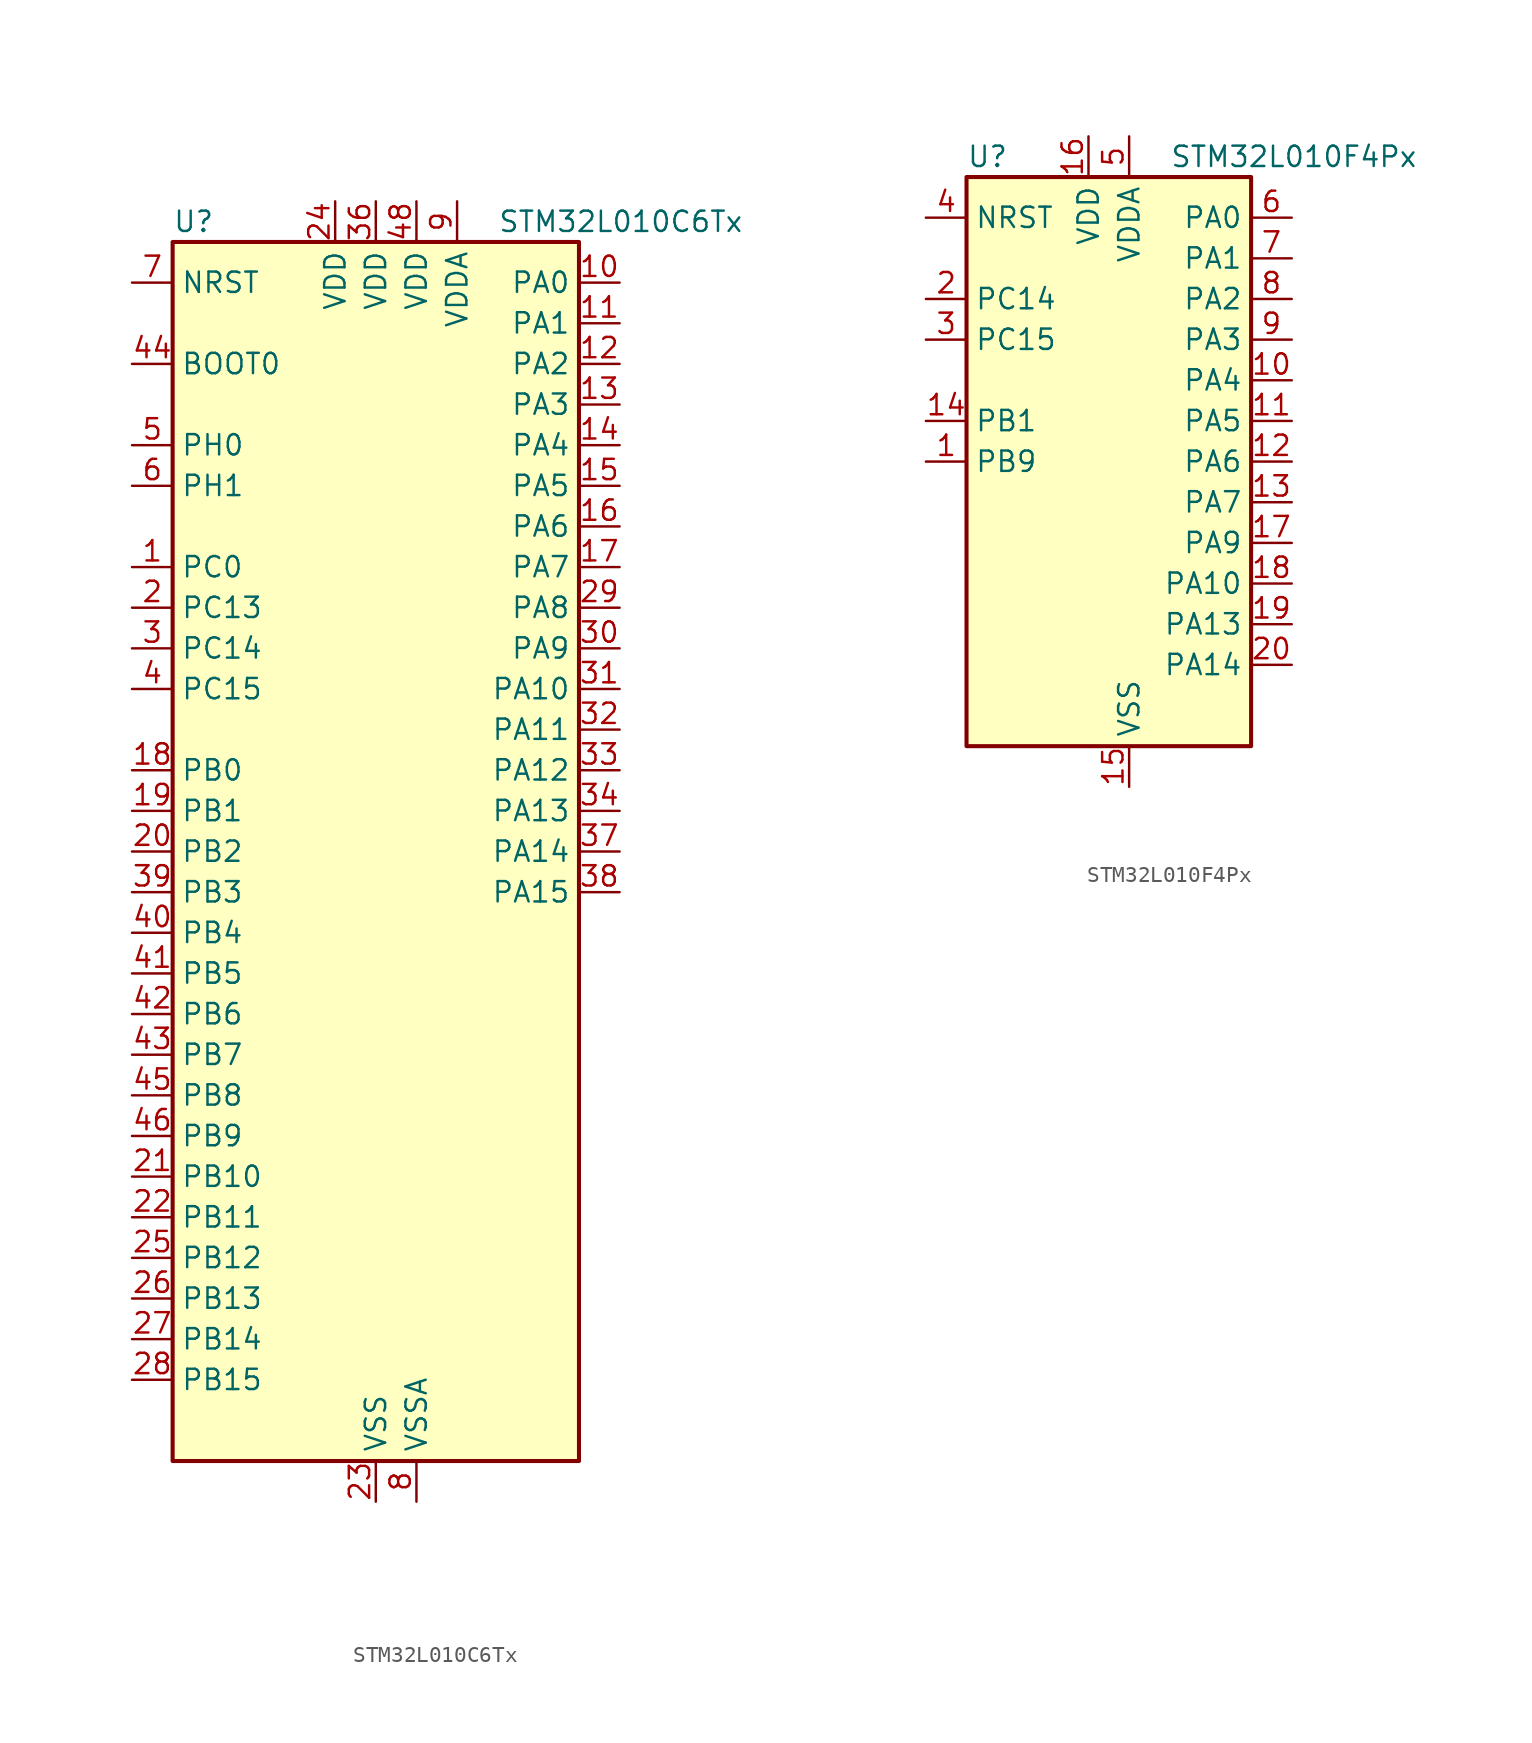
<source format=kicad_sym>
(kicad_symbol_lib
  (version 20231120)
  (generator "kicad_symbol_editor")
  (generator_version "8.0")
  (symbol "STM32L010C6Tx"
    (property "Reference" "U"
      (at -12.7 39.37 0)
      (effects (font (size 1.27 1.27)) (justify left)))
    (property "Value" "STM32L010C6Tx"
      (at 7.62 39.37 0)
      (effects (font (size 1.27 1.27)) (justify left)))
    (property "ki_locked" ""
      (at 0 0 0)
      (effects (font (size 1.27 1.27))))
    (symbol "STM32L010C6Tx_0_1"
      (rectangle (start -12.7 -38.1) (end 12.7 38.1) (stroke (width 0.254) (type default)) (fill (type background))))
    (symbol "STM32L010C6Tx_1_1"
      (pin bidirectional line (at -15.24 17.78 0) (length 2.54) (name "PC0" (effects (font (size 1.27 1.27)))) (number "1" (effects (font (size 1.27 1.27)))) (alternate "LPTIM1_IN1" bidirectional line) (alternate "LPUART1_RX" bidirectional line))
      (pin bidirectional line (at 15.24 35.56 180) (length 2.54) (name "PA0" (effects (font (size 1.27 1.27)))) (number "10" (effects (font (size 1.27 1.27)))) (alternate "ADC_IN0" bidirectional line) (alternate "LPTIM1_IN1" bidirectional line) (alternate "RTC_TAMP2" bidirectional line) (alternate "SYS_WKUP1" bidirectional line) (alternate "TIM2_CH1" bidirectional line) (alternate "TIM2_ETR" bidirectional line) (alternate "USART2_CTS" bidirectional line))
      (pin bidirectional line (at 15.24 33.02 180) (length 2.54) (name "PA1" (effects (font (size 1.27 1.27)))) (number "11" (effects (font (size 1.27 1.27)))) (alternate "ADC_IN1" bidirectional line) (alternate "I2C1_SMBA" bidirectional line) (alternate "LPTIM1_IN2" bidirectional line) (alternate "TIM21_ETR" bidirectional line) (alternate "TIM2_CH2" bidirectional line) (alternate "USART2_DE" bidirectional line) (alternate "USART2_RTS" bidirectional line))
      (pin bidirectional line (at 15.24 30.48 180) (length 2.54) (name "PA2" (effects (font (size 1.27 1.27)))) (number "12" (effects (font (size 1.27 1.27)))) (alternate "ADC_IN2" bidirectional line) (alternate "LPUART1_TX" bidirectional line) (alternate "RTC_OUT_ALARM" bidirectional line) (alternate "RTC_OUT_CALIB" bidirectional line) (alternate "RTC_TAMP3" bidirectional line) (alternate "RTC_TS" bidirectional line) (alternate "SYS_WKUP3" bidirectional line) (alternate "TIM21_CH1" bidirectional line) (alternate "TIM2_CH3" bidirectional line) (alternate "USART2_TX" bidirectional line))
      (pin bidirectional line (at 15.24 27.94 180) (length 2.54) (name "PA3" (effects (font (size 1.27 1.27)))) (number "13" (effects (font (size 1.27 1.27)))) (alternate "ADC_IN3" bidirectional line) (alternate "LPUART1_RX" bidirectional line) (alternate "TIM21_CH2" bidirectional line) (alternate "TIM2_CH4" bidirectional line) (alternate "USART2_RX" bidirectional line))
      (pin bidirectional line (at 15.24 25.4 180) (length 2.54) (name "PA4" (effects (font (size 1.27 1.27)))) (number "14" (effects (font (size 1.27 1.27)))) (alternate "ADC_IN4" bidirectional line) (alternate "LPTIM1_IN1" bidirectional line) (alternate "SPI1_NSS" bidirectional line) (alternate "USART2_CK" bidirectional line))
      (pin bidirectional line (at 15.24 22.86 180) (length 2.54) (name "PA5" (effects (font (size 1.27 1.27)))) (number "15" (effects (font (size 1.27 1.27)))) (alternate "ADC_IN5" bidirectional line) (alternate "LPTIM1_IN2" bidirectional line) (alternate "SPI1_SCK" bidirectional line) (alternate "TIM2_CH1" bidirectional line) (alternate "TIM2_ETR" bidirectional line))
      (pin bidirectional line (at 15.24 20.32 180) (length 2.54) (name "PA6" (effects (font (size 1.27 1.27)))) (number "16" (effects (font (size 1.27 1.27)))) (alternate "ADC_IN6" bidirectional line) (alternate "LPTIM1_ETR" bidirectional line) (alternate "LPUART1_CTS" bidirectional line) (alternate "SPI1_MISO" bidirectional line))
      (pin bidirectional line (at 15.24 17.78 180) (length 2.54) (name "PA7" (effects (font (size 1.27 1.27)))) (number "17" (effects (font (size 1.27 1.27)))) (alternate "ADC_IN7" bidirectional line) (alternate "LPTIM1_OUT" bidirectional line) (alternate "SPI1_MOSI" bidirectional line) (alternate "USART2_CTS" bidirectional line))
      (pin bidirectional line (at -15.24 5.08 0) (length 2.54) (name "PB0" (effects (font (size 1.27 1.27)))) (number "18" (effects (font (size 1.27 1.27)))) (alternate "ADC_IN8" bidirectional line) (alternate "SPI1_MISO" bidirectional line) (alternate "SYS_VREF_OUT_PB0" bidirectional line) (alternate "TIM2_CH3" bidirectional line) (alternate "USART2_DE" bidirectional line) (alternate "USART2_RTS" bidirectional line))
      (pin bidirectional line (at -15.24 2.54 0) (length 2.54) (name "PB1" (effects (font (size 1.27 1.27)))) (number "19" (effects (font (size 1.27 1.27)))) (alternate "ADC_IN9" bidirectional line) (alternate "LPUART1_DE" bidirectional line) (alternate "LPUART1_RTS" bidirectional line) (alternate "SPI1_MOSI" bidirectional line) (alternate "SYS_VREF_OUT_PB1" bidirectional line) (alternate "TIM2_CH4" bidirectional line) (alternate "USART2_CK" bidirectional line))
      (pin bidirectional line (at -15.24 15.24 0) (length 2.54) (name "PC13" (effects (font (size 1.27 1.27)))) (number "2" (effects (font (size 1.27 1.27)))) (alternate "RTC_TAMP1" bidirectional line) (alternate "SYS_WKUP2" bidirectional line))
      (pin bidirectional line (at -15.24 0 0) (length 2.54) (name "PB2" (effects (font (size 1.27 1.27)))) (number "20" (effects (font (size 1.27 1.27)))) (alternate "LPTIM1_OUT" bidirectional line))
      (pin bidirectional line (at -15.24 -20.32 0) (length 2.54) (name "PB10" (effects (font (size 1.27 1.27)))) (number "21" (effects (font (size 1.27 1.27)))) (alternate "LPUART1_TX" bidirectional line) (alternate "TIM2_CH3" bidirectional line))
      (pin bidirectional line (at -15.24 -22.86 0) (length 2.54) (name "PB11" (effects (font (size 1.27 1.27)))) (number "22" (effects (font (size 1.27 1.27)))) (alternate "ADC_EXTI11" bidirectional line) (alternate "LPUART1_RX" bidirectional line) (alternate "TIM2_CH4" bidirectional line))
      (pin power_in line (at 0 -40.64 90) (length 2.54) (name "VSS" (effects (font (size 1.27 1.27)))) (number "23" (effects (font (size 1.27 1.27)))))
      (pin power_in line (at -2.54 40.64 270) (length 2.54) (name "VDD" (effects (font (size 1.27 1.27)))) (number "24" (effects (font (size 1.27 1.27)))))
      (pin bidirectional line (at -15.24 -25.4 0) (length 2.54) (name "PB12" (effects (font (size 1.27 1.27)))) (number "25" (effects (font (size 1.27 1.27)))) (alternate "SPI1_NSS" bidirectional line))
      (pin bidirectional line (at -15.24 -27.94 0) (length 2.54) (name "PB13" (effects (font (size 1.27 1.27)))) (number "26" (effects (font (size 1.27 1.27)))) (alternate "LPUART1_CTS" bidirectional line) (alternate "RCC_MCO" bidirectional line) (alternate "SPI1_SCK" bidirectional line) (alternate "TIM21_CH1" bidirectional line))
      (pin bidirectional line (at -15.24 -30.48 0) (length 2.54) (name "PB14" (effects (font (size 1.27 1.27)))) (number "27" (effects (font (size 1.27 1.27)))) (alternate "LPUART1_DE" bidirectional line) (alternate "LPUART1_RTS" bidirectional line) (alternate "RTC_OUT_ALARM" bidirectional line) (alternate "RTC_OUT_CALIB" bidirectional line) (alternate "SPI1_MISO" bidirectional line) (alternate "TIM21_CH2" bidirectional line))
      (pin bidirectional line (at -15.24 -33.02 0) (length 2.54) (name "PB15" (effects (font (size 1.27 1.27)))) (number "28" (effects (font (size 1.27 1.27)))) (alternate "RTC_REFIN" bidirectional line) (alternate "SPI1_MOSI" bidirectional line))
      (pin bidirectional line (at 15.24 15.24 180) (length 2.54) (name "PA8" (effects (font (size 1.27 1.27)))) (number "29" (effects (font (size 1.27 1.27)))) (alternate "LPTIM1_IN1" bidirectional line) (alternate "RCC_MCO" bidirectional line) (alternate "TIM2_CH1" bidirectional line) (alternate "USART2_CK" bidirectional line))
      (pin bidirectional line (at -15.24 12.7 0) (length 2.54) (name "PC14" (effects (font (size 1.27 1.27)))) (number "3" (effects (font (size 1.27 1.27)))) (alternate "RCC_OSC32_IN" bidirectional line))
      (pin bidirectional line (at 15.24 12.7 180) (length 2.54) (name "PA9" (effects (font (size 1.27 1.27)))) (number "30" (effects (font (size 1.27 1.27)))) (alternate "I2C1_SCL" bidirectional line) (alternate "RCC_MCO" bidirectional line) (alternate "USART2_TX" bidirectional line))
      (pin bidirectional line (at 15.24 10.16 180) (length 2.54) (name "PA10" (effects (font (size 1.27 1.27)))) (number "31" (effects (font (size 1.27 1.27)))) (alternate "I2C1_SDA" bidirectional line) (alternate "USART2_RX" bidirectional line))
      (pin bidirectional line (at 15.24 7.62 180) (length 2.54) (name "PA11" (effects (font (size 1.27 1.27)))) (number "32" (effects (font (size 1.27 1.27)))) (alternate "ADC_EXTI11" bidirectional line) (alternate "SPI1_MISO" bidirectional line) (alternate "TIM21_CH2" bidirectional line) (alternate "USART2_CTS" bidirectional line))
      (pin bidirectional line (at 15.24 5.08 180) (length 2.54) (name "PA12" (effects (font (size 1.27 1.27)))) (number "33" (effects (font (size 1.27 1.27)))) (alternate "SPI1_MOSI" bidirectional line) (alternate "USART2_DE" bidirectional line) (alternate "USART2_RTS" bidirectional line))
      (pin bidirectional line (at 15.24 2.54 180) (length 2.54) (name "PA13" (effects (font (size 1.27 1.27)))) (number "34" (effects (font (size 1.27 1.27)))) (alternate "LPTIM1_ETR" bidirectional line) (alternate "LPUART1_RX" bidirectional line) (alternate "SYS_SWDIO" bidirectional line))
      (pin passive line (at 0 -40.64 90) (length 2.54) hide (name "VSS" (effects (font (size 1.27 1.27)))) (number "35" (effects (font (size 1.27 1.27)))))
      (pin power_in line (at 0 40.64 270) (length 2.54) (name "VDD" (effects (font (size 1.27 1.27)))) (number "36" (effects (font (size 1.27 1.27)))))
      (pin bidirectional line (at 15.24 0 180) (length 2.54) (name "PA14" (effects (font (size 1.27 1.27)))) (number "37" (effects (font (size 1.27 1.27)))) (alternate "I2C1_SMBA" bidirectional line) (alternate "LPTIM1_OUT" bidirectional line) (alternate "LPUART1_TX" bidirectional line) (alternate "SYS_SWCLK" bidirectional line) (alternate "USART2_TX" bidirectional line))
      (pin bidirectional line (at 15.24 -2.54 180) (length 2.54) (name "PA15" (effects (font (size 1.27 1.27)))) (number "38" (effects (font (size 1.27 1.27)))) (alternate "SPI1_NSS" bidirectional line) (alternate "TIM2_CH1" bidirectional line) (alternate "TIM2_ETR" bidirectional line) (alternate "USART2_RX" bidirectional line))
      (pin bidirectional line (at -15.24 -2.54 0) (length 2.54) (name "PB3" (effects (font (size 1.27 1.27)))) (number "39" (effects (font (size 1.27 1.27)))) (alternate "SPI1_SCK" bidirectional line) (alternate "TIM2_CH2" bidirectional line))
      (pin bidirectional line (at -15.24 10.16 0) (length 2.54) (name "PC15" (effects (font (size 1.27 1.27)))) (number "4" (effects (font (size 1.27 1.27)))) (alternate "RCC_OSC32_OUT" bidirectional line))
      (pin bidirectional line (at -15.24 -5.08 0) (length 2.54) (name "PB4" (effects (font (size 1.27 1.27)))) (number "40" (effects (font (size 1.27 1.27)))) (alternate "SPI1_MISO" bidirectional line))
      (pin bidirectional line (at -15.24 -7.62 0) (length 2.54) (name "PB5" (effects (font (size 1.27 1.27)))) (number "41" (effects (font (size 1.27 1.27)))) (alternate "I2C1_SMBA" bidirectional line) (alternate "LPTIM1_IN1" bidirectional line) (alternate "SPI1_MOSI" bidirectional line))
      (pin bidirectional line (at -15.24 -10.16 0) (length 2.54) (name "PB6" (effects (font (size 1.27 1.27)))) (number "42" (effects (font (size 1.27 1.27)))) (alternate "I2C1_SCL" bidirectional line) (alternate "LPTIM1_ETR" bidirectional line) (alternate "TIM21_CH1" bidirectional line) (alternate "USART2_TX" bidirectional line))
      (pin bidirectional line (at -15.24 -12.7 0) (length 2.54) (name "PB7" (effects (font (size 1.27 1.27)))) (number "43" (effects (font (size 1.27 1.27)))) (alternate "I2C1_SDA" bidirectional line) (alternate "LPTIM1_IN2" bidirectional line) (alternate "SYS_PVD_IN" bidirectional line) (alternate "USART2_RX" bidirectional line))
      (pin input line (at -15.24 30.48 0) (length 2.54) (name "BOOT0" (effects (font (size 1.27 1.27)))) (number "44" (effects (font (size 1.27 1.27)))))
      (pin bidirectional line (at -15.24 -15.24 0) (length 2.54) (name "PB8" (effects (font (size 1.27 1.27)))) (number "45" (effects (font (size 1.27 1.27)))) (alternate "I2C1_SCL" bidirectional line))
      (pin bidirectional line (at -15.24 -17.78 0) (length 2.54) (name "PB9" (effects (font (size 1.27 1.27)))) (number "46" (effects (font (size 1.27 1.27)))) (alternate "I2C1_SDA" bidirectional line))
      (pin passive line (at 0 -40.64 90) (length 2.54) hide (name "VSS" (effects (font (size 1.27 1.27)))) (number "47" (effects (font (size 1.27 1.27)))))
      (pin power_in line (at 2.54 40.64 270) (length 2.54) (name "VDD" (effects (font (size 1.27 1.27)))) (number "48" (effects (font (size 1.27 1.27)))))
      (pin bidirectional line (at -15.24 25.4 0) (length 2.54) (name "PH0" (effects (font (size 1.27 1.27)))) (number "5" (effects (font (size 1.27 1.27)))) (alternate "RCC_OSC_IN" bidirectional line))
      (pin bidirectional line (at -15.24 22.86 0) (length 2.54) (name "PH1" (effects (font (size 1.27 1.27)))) (number "6" (effects (font (size 1.27 1.27)))) (alternate "RCC_OSC_OUT" bidirectional line))
      (pin input line (at -15.24 35.56 0) (length 2.54) (name "NRST" (effects (font (size 1.27 1.27)))) (number "7" (effects (font (size 1.27 1.27)))))
      (pin power_in line (at 2.54 -40.64 90) (length 2.54) (name "VSSA" (effects (font (size 1.27 1.27)))) (number "8" (effects (font (size 1.27 1.27)))))
      (pin power_in line (at 5.08 40.64 270) (length 2.54) (name "VDDA" (effects (font (size 1.27 1.27)))) (number "9" (effects (font (size 1.27 1.27)))))))
  (symbol "STM32L010F4Px"
    (property "Reference" "U"
      (at -7.62 19.05 0)
      (effects (font (size 1.27 1.27)) (justify left)))
    (property "Value" "STM32L010F4Px"
      (at 5.08 19.05 0)
      (effects (font (size 1.27 1.27)) (justify left)))
    (property "ki_locked" ""
      (at 0 0 0)
      (effects (font (size 1.27 1.27))))
    (symbol "STM32L010F4Px_0_1"
      (rectangle (start -7.62 -17.78) (end 10.16 17.78) (stroke (width 0.254) (type default)) (fill (type background))))
    (symbol "STM32L010F4Px_1_1"
      (pin bidirectional line (at -10.16 0 0) (length 2.54) (name "PB9" (effects (font (size 1.27 1.27)))) (number "1" (effects (font (size 1.27 1.27)))))
      (pin bidirectional line (at 12.7 5.08 180) (length 2.54) (name "PA4" (effects (font (size 1.27 1.27)))) (number "10" (effects (font (size 1.27 1.27)))) (alternate "ADC_IN4" bidirectional line) (alternate "I2C1_SCL" bidirectional line) (alternate "LPTIM1_ETR" bidirectional line) (alternate "LPTIM1_IN1" bidirectional line) (alternate "LPUART1_TX" bidirectional line) (alternate "SPI1_NSS" bidirectional line) (alternate "TIM2_ETR" bidirectional line) (alternate "USART2_CK" bidirectional line))
      (pin bidirectional line (at 12.7 2.54 180) (length 2.54) (name "PA5" (effects (font (size 1.27 1.27)))) (number "11" (effects (font (size 1.27 1.27)))) (alternate "ADC_IN5" bidirectional line) (alternate "LPTIM1_IN2" bidirectional line) (alternate "SPI1_SCK" bidirectional line) (alternate "TIM2_CH1" bidirectional line) (alternate "TIM2_ETR" bidirectional line))
      (pin bidirectional line (at 12.7 0 180) (length 2.54) (name "PA6" (effects (font (size 1.27 1.27)))) (number "12" (effects (font (size 1.27 1.27)))) (alternate "ADC_IN6" bidirectional line) (alternate "LPTIM1_ETR" bidirectional line) (alternate "LPUART1_CTS" bidirectional line) (alternate "SPI1_MISO" bidirectional line))
      (pin bidirectional line (at 12.7 -2.54 180) (length 2.54) (name "PA7" (effects (font (size 1.27 1.27)))) (number "13" (effects (font (size 1.27 1.27)))) (alternate "ADC_IN7" bidirectional line) (alternate "LPTIM1_OUT" bidirectional line) (alternate "SPI1_MOSI" bidirectional line) (alternate "TIM21_ETR" bidirectional line) (alternate "USART2_CTS" bidirectional line))
      (pin bidirectional line (at -10.16 2.54 0) (length 2.54) (name "PB1" (effects (font (size 1.27 1.27)))) (number "14" (effects (font (size 1.27 1.27)))) (alternate "ADC_IN9" bidirectional line) (alternate "LPTIM1_IN1" bidirectional line) (alternate "LPUART1_DE" bidirectional line) (alternate "LPUART1_RTS" bidirectional line) (alternate "SPI1_MOSI" bidirectional line) (alternate "SYS_VREF_OUT_PB1" bidirectional line) (alternate "TIM2_CH4" bidirectional line) (alternate "USART2_CK" bidirectional line))
      (pin power_in line (at 2.54 -20.32 90) (length 2.54) (name "VSS" (effects (font (size 1.27 1.27)))) (number "15" (effects (font (size 1.27 1.27)))))
      (pin power_in line (at 0 20.32 270) (length 2.54) (name "VDD" (effects (font (size 1.27 1.27)))) (number "16" (effects (font (size 1.27 1.27)))))
      (pin bidirectional line (at 12.7 -5.08 180) (length 2.54) (name "PA9" (effects (font (size 1.27 1.27)))) (number "17" (effects (font (size 1.27 1.27)))) (alternate "I2C1_SCL" bidirectional line) (alternate "LPTIM1_OUT" bidirectional line) (alternate "RCC_MCO" bidirectional line) (alternate "TIM21_CH2" bidirectional line) (alternate "USART2_TX" bidirectional line))
      (pin bidirectional line (at 12.7 -7.62 180) (length 2.54) (name "PA10" (effects (font (size 1.27 1.27)))) (number "18" (effects (font (size 1.27 1.27)))) (alternate "I2C1_SDA" bidirectional line) (alternate "RTC_REFIN" bidirectional line) (alternate "TIM21_CH1" bidirectional line) (alternate "TIM2_CH3" bidirectional line) (alternate "USART2_RX" bidirectional line))
      (pin bidirectional line (at 12.7 -10.16 180) (length 2.54) (name "PA13" (effects (font (size 1.27 1.27)))) (number "19" (effects (font (size 1.27 1.27)))) (alternate "I2C1_SDA" bidirectional line) (alternate "LPTIM1_ETR" bidirectional line) (alternate "LPUART1_RX" bidirectional line) (alternate "SPI1_SCK" bidirectional line) (alternate "SYS_SWDIO" bidirectional line))
      (pin bidirectional line (at -10.16 10.16 0) (length 2.54) (name "PC14" (effects (font (size 1.27 1.27)))) (number "2" (effects (font (size 1.27 1.27)))) (alternate "RCC_OSC32_IN" bidirectional line))
      (pin bidirectional line (at 12.7 -12.7 180) (length 2.54) (name "PA14" (effects (font (size 1.27 1.27)))) (number "20" (effects (font (size 1.27 1.27)))) (alternate "I2C1_SMBA" bidirectional line) (alternate "LPTIM1_OUT" bidirectional line) (alternate "LPUART1_TX" bidirectional line) (alternate "SPI1_MISO" bidirectional line) (alternate "SYS_SWCLK" bidirectional line) (alternate "USART2_TX" bidirectional line))
      (pin bidirectional line (at -10.16 7.62 0) (length 2.54) (name "PC15" (effects (font (size 1.27 1.27)))) (number "3" (effects (font (size 1.27 1.27)))) (alternate "RCC_OSC32_OUT" bidirectional line))
      (pin input line (at -10.16 15.24 0) (length 2.54) (name "NRST" (effects (font (size 1.27 1.27)))) (number "4" (effects (font (size 1.27 1.27)))))
      (pin power_in line (at 2.54 20.32 270) (length 2.54) (name "VDDA" (effects (font (size 1.27 1.27)))) (number "5" (effects (font (size 1.27 1.27)))))
      (pin bidirectional line (at 12.7 15.24 180) (length 2.54) (name "PA0" (effects (font (size 1.27 1.27)))) (number "6" (effects (font (size 1.27 1.27)))) (alternate "ADC_IN0" bidirectional line) (alternate "LPTIM1_IN1" bidirectional line) (alternate "LPUART1_RX" bidirectional line) (alternate "RCC_CK_IN" bidirectional line) (alternate "RTC_TAMP2" bidirectional line) (alternate "SYS_WKUP1" bidirectional line) (alternate "TIM2_CH1" bidirectional line) (alternate "TIM2_ETR" bidirectional line) (alternate "USART2_CTS" bidirectional line) (alternate "USART2_RX" bidirectional line))
      (pin bidirectional line (at 12.7 12.7 180) (length 2.54) (name "PA1" (effects (font (size 1.27 1.27)))) (number "7" (effects (font (size 1.27 1.27)))) (alternate "ADC_IN1" bidirectional line) (alternate "I2C1_SMBA" bidirectional line) (alternate "LPTIM1_IN2" bidirectional line) (alternate "LPUART1_TX" bidirectional line) (alternate "TIM21_ETR" bidirectional line) (alternate "TIM2_CH2" bidirectional line) (alternate "USART2_DE" bidirectional line) (alternate "USART2_RTS" bidirectional line))
      (pin bidirectional line (at 12.7 10.16 180) (length 2.54) (name "PA2" (effects (font (size 1.27 1.27)))) (number "8" (effects (font (size 1.27 1.27)))) (alternate "ADC_IN2" bidirectional line) (alternate "LPUART1_TX" bidirectional line) (alternate "RTC_OUT_ALARM" bidirectional line) (alternate "RTC_OUT_CALIB" bidirectional line) (alternate "RTC_TAMP3" bidirectional line) (alternate "RTC_TS" bidirectional line) (alternate "SYS_WKUP3" bidirectional line) (alternate "TIM21_CH1" bidirectional line) (alternate "TIM2_CH3" bidirectional line) (alternate "USART2_TX" bidirectional line))
      (pin bidirectional line (at 12.7 7.62 180) (length 2.54) (name "PA3" (effects (font (size 1.27 1.27)))) (number "9" (effects (font (size 1.27 1.27)))) (alternate "ADC_IN3" bidirectional line) (alternate "LPUART1_RX" bidirectional line) (alternate "TIM21_CH2" bidirectional line) (alternate "TIM2_CH4" bidirectional line) (alternate "USART2_RX" bidirectional line)))))
</source>
